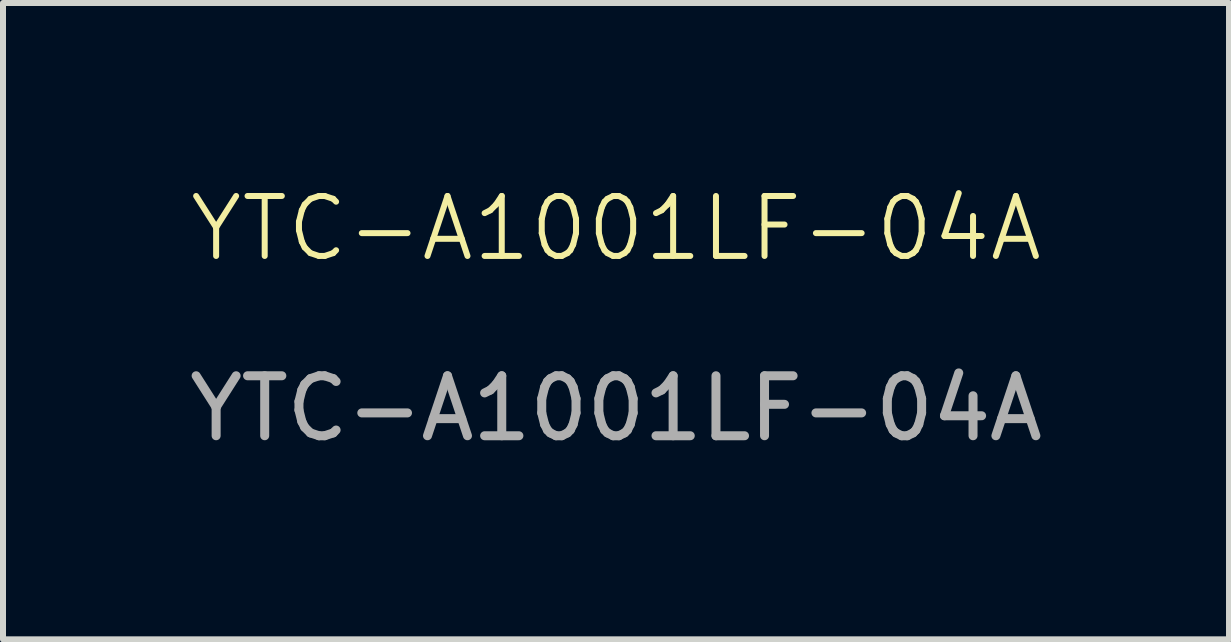
<source format=kicad_pcb>
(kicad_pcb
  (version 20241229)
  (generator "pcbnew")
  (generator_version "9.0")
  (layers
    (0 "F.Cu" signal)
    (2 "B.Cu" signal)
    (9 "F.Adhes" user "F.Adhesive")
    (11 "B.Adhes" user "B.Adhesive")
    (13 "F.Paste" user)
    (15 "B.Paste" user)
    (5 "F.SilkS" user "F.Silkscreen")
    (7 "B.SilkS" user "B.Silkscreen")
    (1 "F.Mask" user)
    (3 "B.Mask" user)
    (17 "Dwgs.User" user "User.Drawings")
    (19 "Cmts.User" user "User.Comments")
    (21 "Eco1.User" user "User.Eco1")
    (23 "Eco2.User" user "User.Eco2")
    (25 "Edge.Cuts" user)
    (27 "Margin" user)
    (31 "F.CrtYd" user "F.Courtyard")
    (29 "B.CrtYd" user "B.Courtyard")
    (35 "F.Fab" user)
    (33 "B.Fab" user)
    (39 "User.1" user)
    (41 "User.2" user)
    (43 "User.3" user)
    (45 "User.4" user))
  (footprint "YTC-A1001LF-04A"
    (layer "F.Cu")
    (at 7.22 1.26)
    (property "Reference" "YTC-A1001LF-04A" (at 0 -0.5 0) (unlocked yes) (layer "F.SilkS") (effects (font (size 1 1) (thickness 0.1))))
    (attr smd)
    (fp_text user "${REFERENCE}" (at 0 2.5 0) (unlocked yes) (layer "F.Fab") (effects (font (size 1 1) (thickness 0.15)))))
  (gr_rect
    (start -3 -3)
    (end 17.44 7.609)
    (stroke (width 0.1) (type default))
    (fill no)
    (layer "Edge.Cuts")))
</source>
